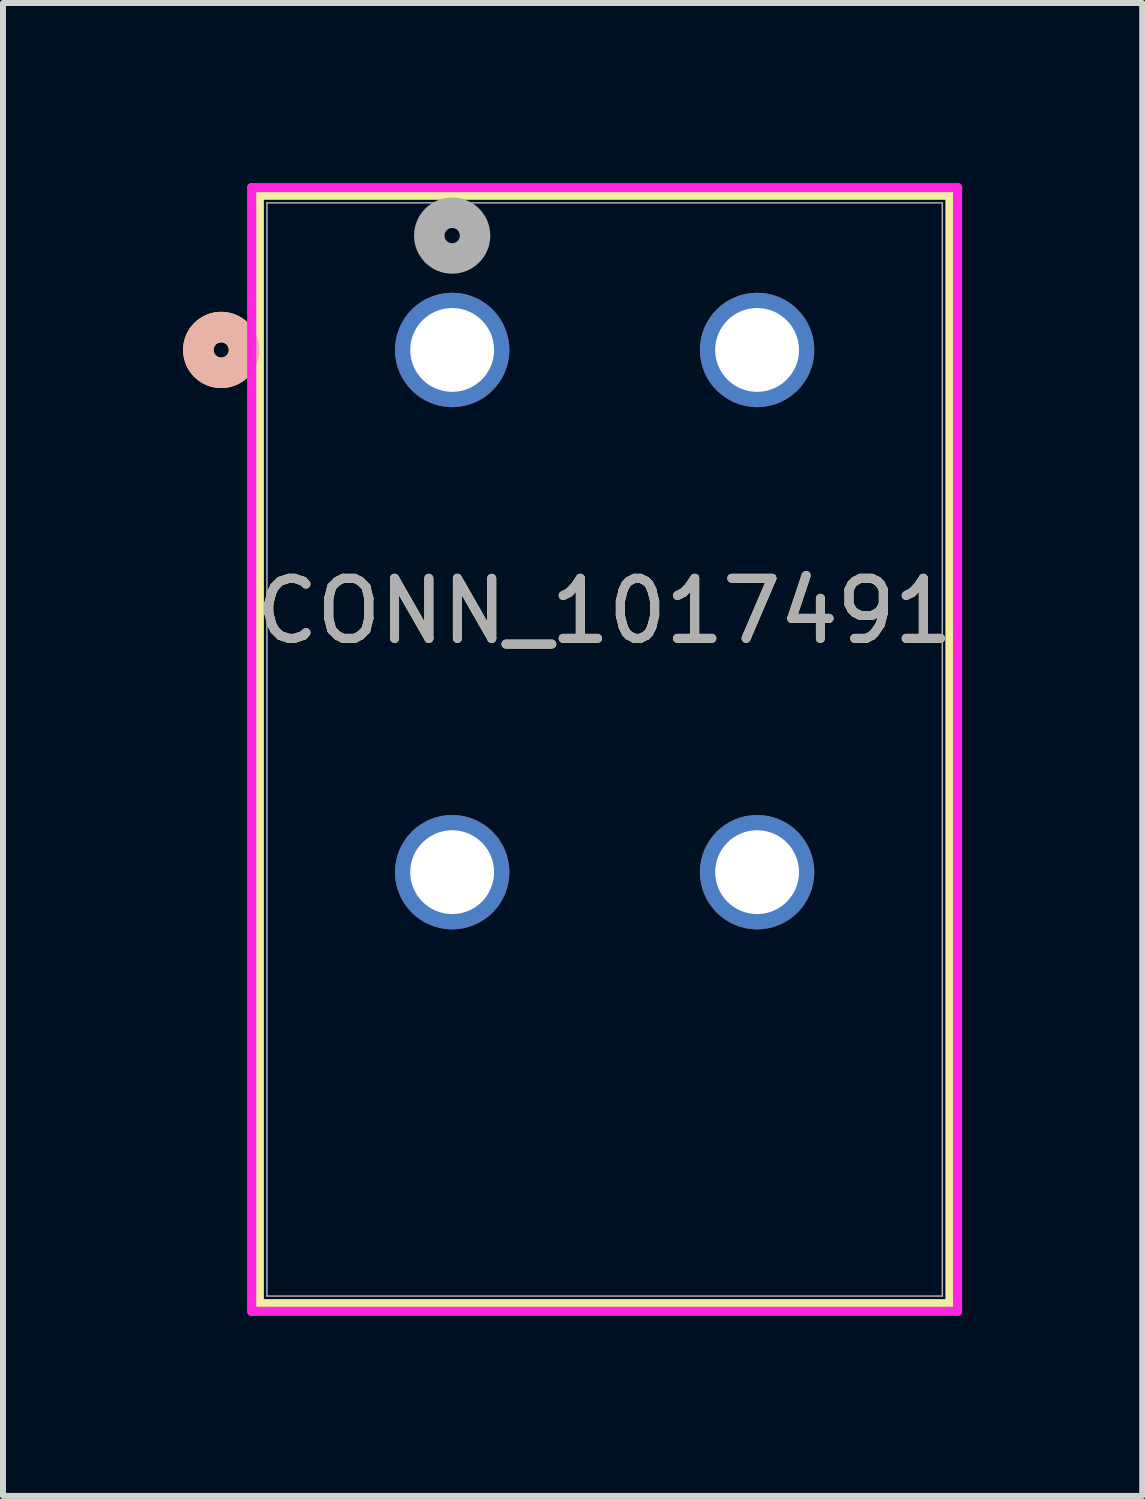
<source format=kicad_pcb>
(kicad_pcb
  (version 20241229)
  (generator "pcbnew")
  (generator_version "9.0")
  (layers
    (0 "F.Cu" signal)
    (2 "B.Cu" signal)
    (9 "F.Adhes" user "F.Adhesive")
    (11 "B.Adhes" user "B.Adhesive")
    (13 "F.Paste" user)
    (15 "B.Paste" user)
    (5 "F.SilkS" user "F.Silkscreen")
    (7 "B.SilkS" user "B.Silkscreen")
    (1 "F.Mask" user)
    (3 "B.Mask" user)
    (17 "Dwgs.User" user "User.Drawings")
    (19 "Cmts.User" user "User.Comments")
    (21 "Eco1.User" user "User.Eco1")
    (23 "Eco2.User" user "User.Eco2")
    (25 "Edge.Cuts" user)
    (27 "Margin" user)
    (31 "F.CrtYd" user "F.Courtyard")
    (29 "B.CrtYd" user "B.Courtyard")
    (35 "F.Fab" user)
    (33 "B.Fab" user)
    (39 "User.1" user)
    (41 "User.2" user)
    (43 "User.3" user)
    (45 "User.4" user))
  (footprint "CONN_1017491"
    (layer "F.Cu")
    (at 9.563 11.48)
    (property "Reference" "CONN_1017491" (at -2.54 -4.35 0) (unlocked yes) (layer "F.SilkS") (effects (font (size 1 1) (thickness 0.15))))
    (attr through_hole)
    (fp_line (start -8.293 -11.277) (end -8.293 7.189) (stroke (width 0.152) (type solid)) (layer "F.SilkS"))
    (fp_line (start -8.293 7.189) (end 3.213 7.189) (stroke (width 0.152) (type solid)) (layer "F.SilkS"))
    (fp_line (start 3.213 -11.277) (end -8.293 -11.277) (stroke (width 0.152) (type solid)) (layer "F.SilkS"))
    (fp_line (start 3.213 7.189) (end 3.213 -11.277) (stroke (width 0.152) (type solid)) (layer "F.SilkS"))
    (fp_circle (center -8.928 -8.7) (end -8.547 -8.7) (stroke (width 0.508) (type solid)) (fill no) (layer "F.SilkS"))
    (fp_circle (center -8.928 -8.7) (end -8.547 -8.7) (stroke (width 0.508) (type solid)) (fill no) (layer "B.SilkS"))
    (fp_line (start -8.42 -11.404) (end -8.42 7.316) (stroke (width 0.152) (type solid)) (layer "F.CrtYd"))
    (fp_line (start -8.42 7.316) (end 3.34 7.316) (stroke (width 0.152) (type solid)) (layer "F.CrtYd"))
    (fp_line (start 3.34 -11.404) (end -8.42 -11.404) (stroke (width 0.152) (type solid)) (layer "F.CrtYd"))
    (fp_line (start 3.34 7.316) (end 3.34 -11.404) (stroke (width 0.152) (type solid)) (layer "F.CrtYd"))
    (fp_line (start -8.166 -11.15) (end -8.166 7.062) (stroke (width 0.025) (type solid)) (layer "F.Fab"))
    (fp_line (start -8.166 7.062) (end 3.086 7.062) (stroke (width 0.025) (type solid)) (layer "F.Fab"))
    (fp_line (start 3.086 -11.15) (end -8.166 -11.15) (stroke (width 0.025) (type solid)) (layer "F.Fab"))
    (fp_line (start 3.086 7.062) (end 3.086 -11.15) (stroke (width 0.025) (type solid)) (layer "F.Fab"))
    (fp_circle (center -5.08 -10.605) (end -4.699 -10.605) (stroke (width 0.508) (type solid)) (fill no) (layer "F.Fab"))
    (fp_text user "${REFERENCE}" (at -2.54 -4.35 0) (unlocked yes) (layer "F.Fab") (effects (font (size 1 1) (thickness 0.15))))
    (pad "1" thru_hole circle (at -5.08 -8.7) (size 1.905 1.905) (drill 1.397) (layers "*.Cu" "*.Mask"))
    (pad "2" thru_hole circle (at -5.08 0) (size 1.905 1.905) (drill 1.397) (layers "*.Cu" "*.Mask"))
    (pad "3" thru_hole circle (at 0 -8.7) (size 1.905 1.905) (drill 1.397) (layers "*.Cu" "*.Mask"))
    (pad "4" thru_hole circle (at 0 0) (size 1.905 1.905) (drill 1.397) (layers "*.Cu" "*.Mask")))
  (gr_rect
    (start -3 -3)
    (end 15.979 21.872)
    (stroke (width 0.1) (type default))
    (fill no)
    (layer "Edge.Cuts")))
</source>
